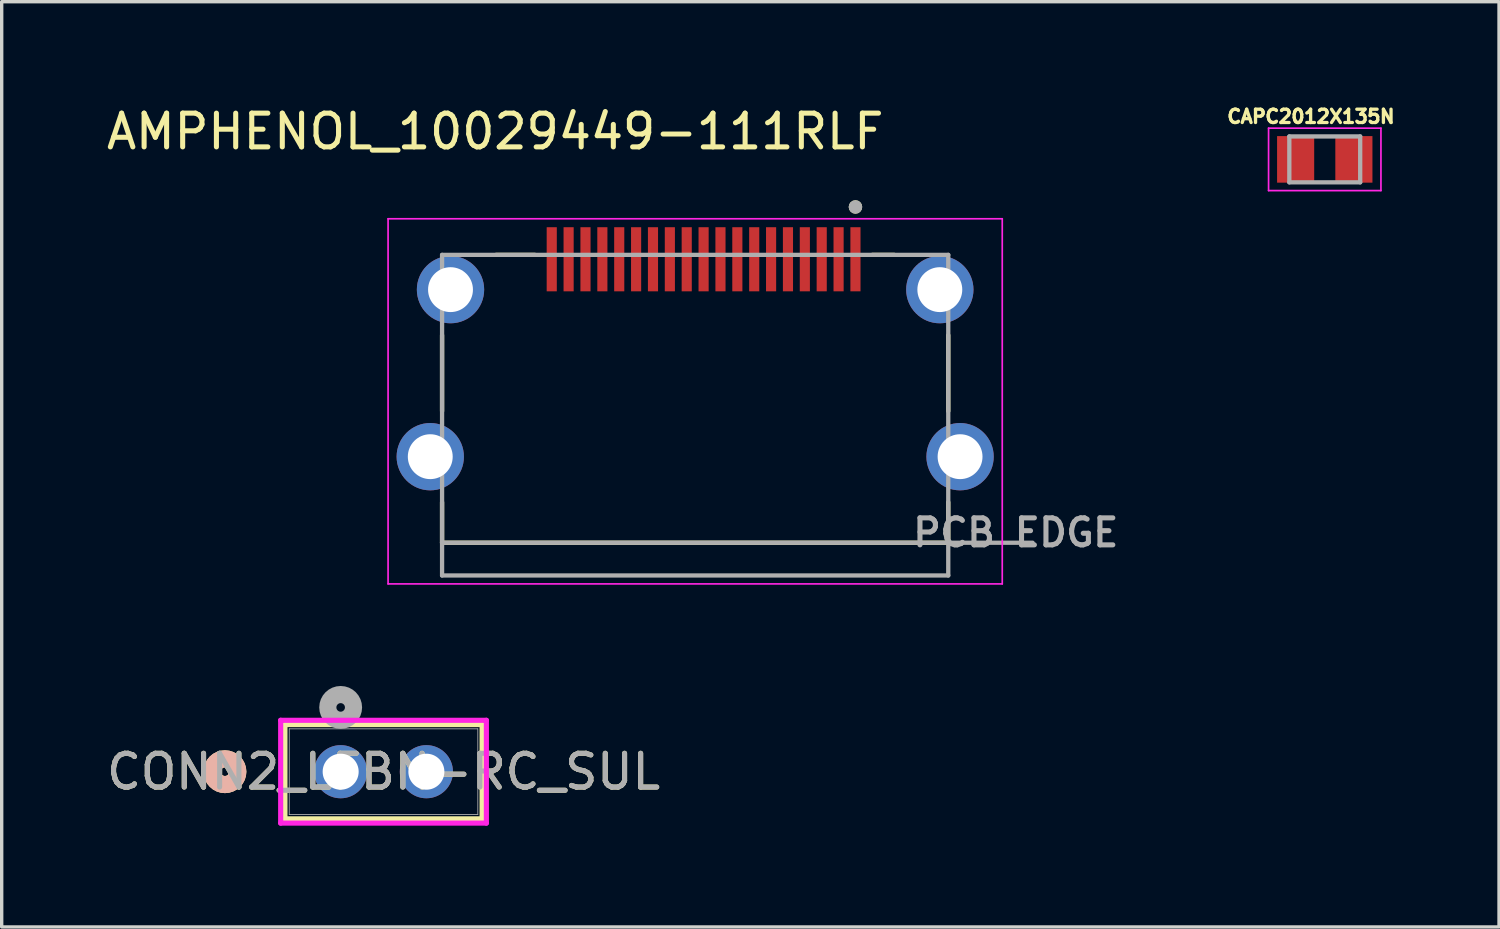
<source format=kicad_pcb>
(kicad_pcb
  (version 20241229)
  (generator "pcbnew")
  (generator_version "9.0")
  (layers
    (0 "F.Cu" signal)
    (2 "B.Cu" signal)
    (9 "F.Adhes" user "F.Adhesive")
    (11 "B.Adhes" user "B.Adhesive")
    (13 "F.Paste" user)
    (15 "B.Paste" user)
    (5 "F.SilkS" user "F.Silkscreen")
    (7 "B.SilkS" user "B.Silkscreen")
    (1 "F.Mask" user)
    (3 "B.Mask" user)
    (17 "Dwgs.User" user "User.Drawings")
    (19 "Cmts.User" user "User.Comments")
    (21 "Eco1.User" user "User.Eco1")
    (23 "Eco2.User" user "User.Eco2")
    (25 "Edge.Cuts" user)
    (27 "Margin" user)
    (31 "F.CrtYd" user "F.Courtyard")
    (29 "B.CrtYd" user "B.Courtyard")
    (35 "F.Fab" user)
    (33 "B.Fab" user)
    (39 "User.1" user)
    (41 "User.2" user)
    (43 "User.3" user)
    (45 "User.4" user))
  (footprint "AMPHENOL_10029449-111RLF"
    (layer "F.Cu")
    (at 17.55 10.483)
    (property "Reference" "AMPHENOL_10029449-111RLF" (at -5.925 -9.635 0) (layer "F.SilkS") (effects (font (size 1 1) (thickness 0.15))))
    (attr smd)
    (fp_poly (pts (xy -4.45 -6.85) (xy -4.05 -6.85) (xy -4.05 -4.85) (xy -4.45 -4.85)) (stroke (width 0.01) (type solid)) (fill yes) (layer "F.Mask"))
    (fp_poly (pts (xy -3.95 -6.85) (xy -3.55 -6.85) (xy -3.55 -4.85) (xy -3.95 -4.85)) (stroke (width 0.01) (type solid)) (fill yes) (layer "F.Mask"))
    (fp_poly (pts (xy -3.45 -6.85) (xy -3.05 -6.85) (xy -3.05 -4.85) (xy -3.45 -4.85)) (stroke (width 0.01) (type solid)) (fill yes) (layer "F.Mask"))
    (fp_poly (pts (xy -2.95 -6.85) (xy -2.55 -6.85) (xy -2.55 -4.85) (xy -2.95 -4.85)) (stroke (width 0.01) (type solid)) (fill yes) (layer "F.Mask"))
    (fp_poly (pts (xy -2.45 -6.85) (xy -2.05 -6.85) (xy -2.05 -4.85) (xy -2.45 -4.85)) (stroke (width 0.01) (type solid)) (fill yes) (layer "F.Mask"))
    (fp_poly (pts (xy -1.95 -6.85) (xy -1.55 -6.85) (xy -1.55 -4.85) (xy -1.95 -4.85)) (stroke (width 0.01) (type solid)) (fill yes) (layer "F.Mask"))
    (fp_poly (pts (xy -1.45 -6.85) (xy -1.05 -6.85) (xy -1.05 -4.85) (xy -1.45 -4.85)) (stroke (width 0.01) (type solid)) (fill yes) (layer "F.Mask"))
    (fp_poly (pts (xy -0.95 -6.85) (xy -0.55 -6.85) (xy -0.55 -4.85) (xy -0.95 -4.85)) (stroke (width 0.01) (type solid)) (fill yes) (layer "F.Mask"))
    (fp_poly (pts (xy -0.45 -6.85) (xy -0.05 -6.85) (xy -0.05 -4.85) (xy -0.45 -4.85)) (stroke (width 0.01) (type solid)) (fill yes) (layer "F.Mask"))
    (fp_poly (pts (xy 0.05 -6.85) (xy 0.45 -6.85) (xy 0.45 -4.85) (xy 0.05 -4.85)) (stroke (width 0.01) (type solid)) (fill yes) (layer "F.Mask"))
    (fp_poly (pts (xy 0.55 -6.85) (xy 0.95 -6.85) (xy 0.95 -4.85) (xy 0.55 -4.85)) (stroke (width 0.01) (type solid)) (fill yes) (layer "F.Mask"))
    (fp_poly (pts (xy 1.05 -6.85) (xy 1.45 -6.85) (xy 1.45 -4.85) (xy 1.05 -4.85)) (stroke (width 0.01) (type solid)) (fill yes) (layer "F.Mask"))
    (fp_poly (pts (xy 1.55 -6.85) (xy 1.95 -6.85) (xy 1.95 -4.85) (xy 1.55 -4.85)) (stroke (width 0.01) (type solid)) (fill yes) (layer "F.Mask"))
    (fp_poly (pts (xy 2.05 -6.85) (xy 2.45 -6.85) (xy 2.45 -4.85) (xy 2.05 -4.85)) (stroke (width 0.01) (type solid)) (fill yes) (layer "F.Mask"))
    (fp_poly (pts (xy 2.55 -6.85) (xy 2.95 -6.85) (xy 2.95 -4.85) (xy 2.55 -4.85)) (stroke (width 0.01) (type solid)) (fill yes) (layer "F.Mask"))
    (fp_poly (pts (xy 3.05 -6.85) (xy 3.45 -6.85) (xy 3.45 -4.85) (xy 3.05 -4.85)) (stroke (width 0.01) (type solid)) (fill yes) (layer "F.Mask"))
    (fp_poly (pts (xy 3.55 -6.85) (xy 3.95 -6.85) (xy 3.95 -4.85) (xy 3.55 -4.85)) (stroke (width 0.01) (type solid)) (fill yes) (layer "F.Mask"))
    (fp_poly (pts (xy 4.05 -6.85) (xy 4.45 -6.85) (xy 4.45 -4.85) (xy 4.05 -4.85)) (stroke (width 0.01) (type solid)) (fill yes) (layer "F.Mask"))
    (fp_poly (pts (xy 4.55 -6.85) (xy 4.95 -6.85) (xy 4.95 -4.85) (xy 4.55 -4.85)) (stroke (width 0.01) (type solid)) (fill yes) (layer "F.Mask"))
    (fp_line (start -7.5 -1.35) (end -7.5 -3.6) (stroke (width 0.127) (type solid)) (layer "F.SilkS"))
    (fp_line (start -7.5 1.35) (end -7.5 2.55) (stroke (width 0.127) (type solid)) (layer "F.SilkS"))
    (fp_line (start -7.5 2.55) (end 7.5 2.55) (stroke (width 0.127) (type solid)) (layer "F.SilkS"))
    (fp_line (start -5.9 -5.98) (end -4.75 -5.98) (stroke (width 0.127) (type solid)) (layer "F.SilkS"))
    (fp_line (start 5.9 -5.98) (end 5.25 -5.98) (stroke (width 0.127) (type solid)) (layer "F.SilkS"))
    (fp_line (start 7.5 -3.6) (end 7.5 -1.35) (stroke (width 0.127) (type solid)) (layer "F.SilkS"))
    (fp_line (start 7.5 2.55) (end 7.5 1.35) (stroke (width 0.127) (type solid)) (layer "F.SilkS"))
    (fp_circle (center 4.75 -7.4) (end 4.85 -7.4) (stroke (width 0.2) (type solid)) (fill no) (layer "F.SilkS"))
    (fp_line (start -9.1 -7.05) (end -9.1 3.77) (stroke (width 0.05) (type solid)) (layer "F.CrtYd"))
    (fp_line (start -9.1 3.77) (end 9.1 3.77) (stroke (width 0.05) (type solid)) (layer "F.CrtYd"))
    (fp_line (start 9.1 -7.05) (end -9.1 -7.05) (stroke (width 0.05) (type solid)) (layer "F.CrtYd"))
    (fp_line (start 9.1 3.77) (end 9.1 -7.05) (stroke (width 0.05) (type solid)) (layer "F.CrtYd"))
    (fp_line (start -7.5 -5.98) (end -7.5 2.55) (stroke (width 0.127) (type solid)) (layer "F.Fab"))
    (fp_line (start -7.5 2.55) (end -7.5 3.52) (stroke (width 0.127) (type solid)) (layer "F.Fab"))
    (fp_line (start -7.5 2.55) (end 10 2.55) (stroke (width 0.127) (type solid)) (layer "F.Fab"))
    (fp_line (start -7.5 3.52) (end 7.5 3.52) (stroke (width 0.127) (type solid)) (layer "F.Fab"))
    (fp_line (start 7.5 -5.98) (end -7.5 -5.98) (stroke (width 0.127) (type solid)) (layer "F.Fab"))
    (fp_line (start 7.5 3.52) (end 7.5 -5.98) (stroke (width 0.127) (type solid)) (layer "F.Fab"))
    (fp_circle (center 4.75 -7.4) (end 4.85 -7.4) (stroke (width 0.2) (type solid)) (fill no) (layer "F.Fab"))
    (fp_text user "PCB EDGE" (at 9.5 2.25 0) (layer "F.Fab") (effects (font (size 0.8 0.8) (thickness 0.15))))
    (pad "1" smd rect (at 4.75 -5.85) (size 0.3 1.9) (layers "F.Cu" "F.Paste"))
    (pad "2" smd rect (at 4.25 -5.85) (size 0.3 1.9) (layers "F.Cu" "F.Paste"))
    (pad "3" smd rect (at 3.75 -5.85) (size 0.3 1.9) (layers "F.Cu" "F.Paste"))
    (pad "4" smd rect (at 3.25 -5.85) (size 0.3 1.9) (layers "F.Cu" "F.Paste"))
    (pad "5" smd rect (at 2.75 -5.85) (size 0.3 1.9) (layers "F.Cu" "F.Paste"))
    (pad "6" smd rect (at 2.25 -5.85) (size 0.3 1.9) (layers "F.Cu" "F.Paste"))
    (pad "7" smd rect (at 1.75 -5.85) (size 0.3 1.9) (layers "F.Cu" "F.Paste"))
    (pad "8" smd rect (at 1.25 -5.85) (size 0.3 1.9) (layers "F.Cu" "F.Paste"))
    (pad "9" smd rect (at 0.75 -5.85) (size 0.3 1.9) (layers "F.Cu" "F.Paste"))
    (pad "10" smd rect (at 0.25 -5.85) (size 0.3 1.9) (layers "F.Cu" "F.Paste"))
    (pad "11" smd rect (at -0.25 -5.85) (size 0.3 1.9) (layers "F.Cu" "F.Paste"))
    (pad "12" smd rect (at -0.75 -5.85) (size 0.3 1.9) (layers "F.Cu" "F.Paste"))
    (pad "13" smd rect (at -1.25 -5.85) (size 0.3 1.9) (layers "F.Cu" "F.Paste"))
    (pad "14" smd rect (at -1.75 -5.85) (size 0.3 1.9) (layers "F.Cu" "F.Paste"))
    (pad "15" smd rect (at -2.25 -5.85) (size 0.3 1.9) (layers "F.Cu" "F.Paste"))
    (pad "16" smd rect (at -2.75 -5.85) (size 0.3 1.9) (layers "F.Cu" "F.Paste"))
    (pad "17" smd rect (at -3.25 -5.85) (size 0.3 1.9) (layers "F.Cu" "F.Paste"))
    (pad "18" smd rect (at -3.75 -5.85) (size 0.3 1.9) (layers "F.Cu" "F.Paste"))
    (pad "19" smd rect (at -4.25 -5.85) (size 0.3 1.9) (layers "F.Cu" "F.Paste"))
    (pad "SH1" thru_hole circle (at -7.25 -4.95) (size 1.995 1.995) (drill 1.33) (layers "*.Cu" "*.Mask"))
    (pad "SH2" thru_hole circle (at 7.25 -4.95) (size 1.995 1.995) (drill 1.33) (layers "*.Cu" "*.Mask"))
    (pad "SH3" thru_hole circle (at -7.85 0) (size 1.995 1.995) (drill 1.33) (layers "*.Cu" "*.Mask"))
    (pad "SH4" thru_hole circle (at 7.85 0) (size 1.995 1.995) (drill 1.33) (layers "*.Cu" "*.Mask")))
  (footprint "CAPC2012X135N"
    (layer "F.Cu")
    (at 36.207 1.673)
    (property "Reference" "CAPC2012X135N" (at -0.41 -1.27 0) (layer "F.SilkS") (effects (font (size 0.394 0.394) (thickness 0.15))))
    (attr smd)
    (fp_line (start -1.665 -0.925) (end 1.665 -0.925) (stroke (width 0.05) (type solid)) (layer "F.CrtYd"))
    (fp_line (start -1.665 0.925) (end -1.665 -0.925) (stroke (width 0.05) (type solid)) (layer "F.CrtYd"))
    (fp_line (start -1.665 0.925) (end 1.665 0.925) (stroke (width 0.05) (type solid)) (layer "F.CrtYd"))
    (fp_line (start 1.665 0.925) (end 1.665 -0.925) (stroke (width 0.05) (type solid)) (layer "F.CrtYd"))
    (fp_line (start -1.05 0.68) (end -1.05 -0.68) (stroke (width 0.127) (type solid)) (layer "F.Fab"))
    (fp_line (start 1.05 -0.68) (end -1.05 -0.68) (stroke (width 0.127) (type solid)) (layer "F.Fab"))
    (fp_line (start 1.05 0.68) (end -1.05 0.68) (stroke (width 0.127) (type solid)) (layer "F.Fab"))
    (fp_line (start 1.05 0.68) (end 1.05 -0.68) (stroke (width 0.127) (type solid)) (layer "F.Fab"))
    (pad "1" smd rect (at -0.863 0) (size 1.1 1.38) (layers "F.Cu" "F.Mask" "F.Paste"))
    (pad "2" smd rect (at 0.863 0) (size 1.1 1.38) (layers "F.Cu" "F.Mask" "F.Paste")))
  (footprint "CONN2_LFBN-RC_SUL"
    (layer "F.Cu")
    (at 7.045 19.818)
    (property "Reference" "CONN2_LFBN-RC_SUL" (at 1.27 0 0) (unlocked yes) (layer "F.SilkS") (effects (font (size 1 1) (thickness 0.15))))
    (attr through_hole)
    (fp_line (start -1.651 -1.397) (end -1.651 1.397) (stroke (width 0.152) (type solid)) (layer "F.SilkS"))
    (fp_line (start -1.651 1.397) (end 4.191 1.397) (stroke (width 0.152) (type solid)) (layer "F.SilkS"))
    (fp_line (start 4.191 -1.397) (end -1.651 -1.397) (stroke (width 0.152) (type solid)) (layer "F.SilkS"))
    (fp_line (start 4.191 1.397) (end 4.191 -1.397) (stroke (width 0.152) (type solid)) (layer "F.SilkS"))
    (fp_circle (center -3.429 0) (end -3.048 0) (stroke (width 0.508) (type solid)) (fill no) (layer "F.SilkS"))
    (fp_circle (center -3.429 0) (end -3.048 0) (stroke (width 0.508) (type solid)) (fill no) (layer "B.SilkS"))
    (fp_line (start -1.778 -1.524) (end -1.778 1.524) (stroke (width 0.152) (type solid)) (layer "F.CrtYd"))
    (fp_line (start -1.778 1.524) (end 4.318 1.524) (stroke (width 0.152) (type solid)) (layer "F.CrtYd"))
    (fp_line (start 4.318 -1.524) (end -1.778 -1.524) (stroke (width 0.152) (type solid)) (layer "F.CrtYd"))
    (fp_line (start 4.318 1.524) (end 4.318 -1.524) (stroke (width 0.152) (type solid)) (layer "F.CrtYd"))
    (fp_line (start -1.524 -1.27) (end -1.524 1.27) (stroke (width 0.025) (type solid)) (layer "F.Fab"))
    (fp_line (start -1.524 1.27) (end 4.064 1.27) (stroke (width 0.025) (type solid)) (layer "F.Fab"))
    (fp_line (start 4.064 -1.27) (end -1.524 -1.27) (stroke (width 0.025) (type solid)) (layer "F.Fab"))
    (fp_line (start 4.064 1.27) (end 4.064 -1.27) (stroke (width 0.025) (type solid)) (layer "F.Fab"))
    (fp_circle (center 0 -1.905) (end 0.381 -1.905) (stroke (width 0.508) (type solid)) (fill no) (layer "F.Fab"))
    (fp_text user "${REFERENCE}" (at 1.27 0 0) (unlocked yes) (layer "F.Fab") (effects (font (size 1 1) (thickness 0.15))))
    (pad "1" thru_hole circle (at 0 0) (size 1.575 1.575) (drill 1.067) (layers "*.Cu" "*.Mask"))
    (pad "2" thru_hole circle (at 2.54 0) (size 1.575 1.575) (drill 1.067) (layers "*.Cu" "*.Mask")))
  (gr_rect
    (start -3 -3)
    (end 41.371 24.418)
    (stroke (width 0.1) (type default))
    (fill no)
    (layer "Edge.Cuts")))
</source>
